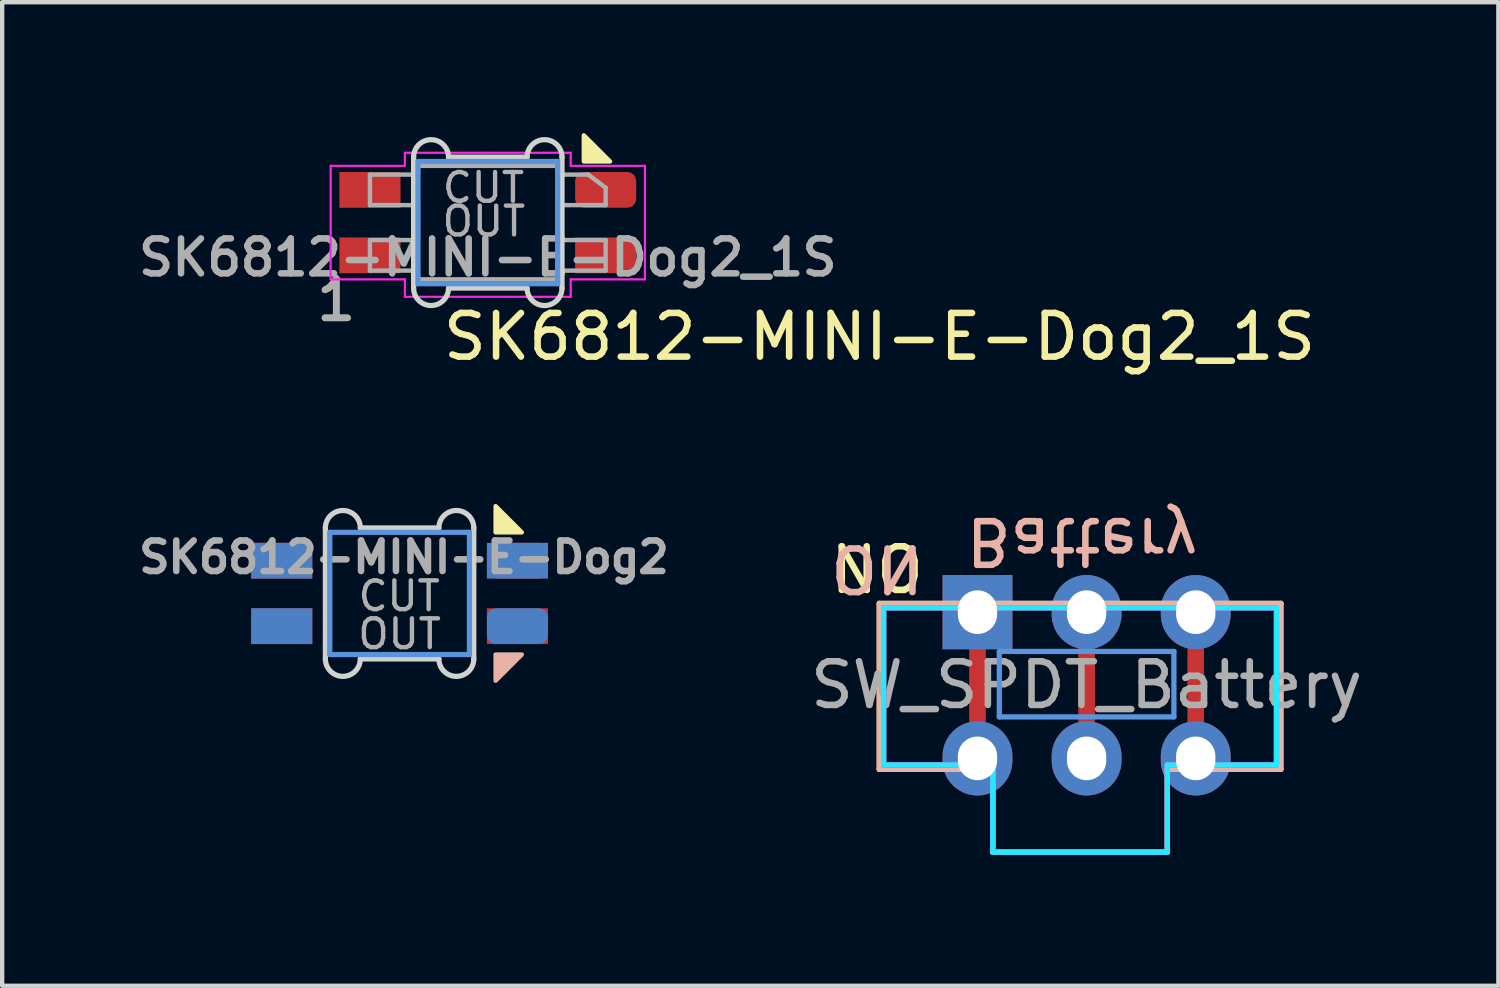
<source format=kicad_pcb>
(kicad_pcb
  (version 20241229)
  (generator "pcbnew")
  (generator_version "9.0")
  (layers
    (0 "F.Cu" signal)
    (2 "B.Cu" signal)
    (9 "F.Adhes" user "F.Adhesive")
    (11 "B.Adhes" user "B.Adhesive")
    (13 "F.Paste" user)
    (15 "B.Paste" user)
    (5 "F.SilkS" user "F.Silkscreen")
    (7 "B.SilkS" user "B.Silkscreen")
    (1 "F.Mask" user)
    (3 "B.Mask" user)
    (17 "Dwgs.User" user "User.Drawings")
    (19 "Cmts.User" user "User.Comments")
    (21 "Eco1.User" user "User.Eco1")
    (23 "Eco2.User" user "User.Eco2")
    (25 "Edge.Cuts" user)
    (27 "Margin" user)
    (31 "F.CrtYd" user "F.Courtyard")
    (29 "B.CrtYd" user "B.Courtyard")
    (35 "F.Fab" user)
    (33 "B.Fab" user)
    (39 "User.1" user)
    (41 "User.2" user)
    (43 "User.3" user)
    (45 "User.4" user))
  (footprint "SK6812-MINI-E-Dog2"
    (layer "F.Cu")
    (at 6.105 10.546)
    (property "Reference" "SK6812-MINI-E-Dog2" (at 0.1 -0.83 0) (unlocked yes) (layer "F.Fab") (effects (font (size 0.7 0.7) (thickness 0.15))))
    (attr through_hole)
    (fp_poly (pts (xy 2.8 -1.4) (xy 2.2 -1.4) (xy 2.2 -2)) (stroke (width 0.1) (type solid)) (fill yes) (layer "F.SilkS"))
    (fp_poly (pts (xy 2.2 2) (xy 2.2 1.4) (xy 2.8 1.4)) (stroke (width 0.1) (type solid)) (fill yes) (layer "B.SilkS"))
    (fp_line (start -1.696 1.496) (end -1.696 -0.85) (stroke (width 0.12) (type solid)) (layer "B.Adhes"))
    (fp_line (start -1.196 -1.35) (end 1.196 -1.35) (stroke (width 0.12) (type solid)) (layer "B.Adhes"))
    (fp_line (start 1.196 1.996) (end -1.196 1.996) (stroke (width 0.12) (type solid)) (layer "B.Adhes"))
    (fp_line (start 1.696 -0.85) (end 1.696 1.496) (stroke (width 0.12) (type solid)) (layer "B.Adhes"))
    (fp_arc (start -1.696447 -0.85) (mid -1.55 -1.203553) (end -1.196447 -1.35) (stroke (width 0.12) (type solid)) (layer "B.Adhes"))
    (fp_arc (start -1.196447 1.996447) (mid -1.55 1.85) (end -1.696447 1.496447) (stroke (width 0.12) (type solid)) (layer "B.Adhes"))
    (fp_arc (start 1.196446 -1.35) (mid 1.550001 -1.203555) (end 1.696446 -0.85) (stroke (width 0.12) (type solid)) (layer "B.Adhes"))
    (fp_arc (start 1.696447 1.496447) (mid 1.55 1.85) (end 1.196447 1.996447) (stroke (width 0.12) (type solid)) (layer "B.Adhes"))
    (fp_line (start -1.6 -1.4) (end 1.6 -1.4) (stroke (width 0.12) (type solid)) (layer "Cmts.User"))
    (fp_line (start -1.6 1.4) (end -1.6 -1.4) (stroke (width 0.12) (type solid)) (layer "Cmts.User"))
    (fp_line (start 1.6 -1.4) (end 1.6 1.4) (stroke (width 0.12) (type solid)) (layer "Cmts.User"))
    (fp_line (start 1.6 1.4) (end -1.6 1.4) (stroke (width 0.12) (type solid)) (layer "Cmts.User"))
    (fp_line (start -1.7 1.5) (end -1.7 -1.5) (stroke (width 0.12) (type solid)) (layer "Edge.Cuts"))
    (fp_line (start -0.9 -1.5) (end 0.9 -1.5) (stroke (width 0.12) (type solid)) (layer "Edge.Cuts"))
    (fp_line (start 0.9 1.5) (end -0.9 1.5) (stroke (width 0.12) (type solid)) (layer "Edge.Cuts"))
    (fp_line (start 1.7 -1.5) (end 1.7 1.5) (stroke (width 0.12) (type solid)) (layer "Edge.Cuts"))
    (fp_arc (start -1.7 -1.5) (mid -1.3 -1.9) (end -0.9 -1.5) (stroke (width 0.12) (type solid)) (layer "Edge.Cuts"))
    (fp_arc (start -0.9 1.5) (mid -1.3 1.9) (end -1.7 1.5) (stroke (width 0.12) (type solid)) (layer "Edge.Cuts"))
    (fp_arc (start 0.9 -1.5) (mid 1.3 -1.9) (end 1.7 -1.5) (stroke (width 0.12) (type solid)) (layer "Edge.Cuts"))
    (fp_arc (start 1.7 1.5) (mid 1.3 1.9) (end 0.9 1.5) (stroke (width 0.12) (type solid)) (layer "Edge.Cuts"))
    (fp_text user "OUT" (at 0 0.93 0) (layer "F.Fab") (effects (font (size 0.66 0.66) (thickness 0.1))))
    (fp_text user "CUT" (at -0.01 0.06 0) (layer "F.Fab") (effects (font (size 0.66 0.66) (thickness 0.1))))
    (pad "1" smd rect (at -2.7 -0.75) (size 1.4 0.82) (layers "B.Cu" "B.Mask" "B.Paste"))
    (pad "1" smd rect (at -2.7 0.75) (size 1.4 0.82) (layers "F.Cu" "F.Mask" "F.Paste"))
    (pad "2" smd rect (at -2.7 -0.75) (size 1.4 0.82) (layers "F.Cu" "F.Mask" "F.Paste"))
    (pad "2" smd rect (at -2.7 0.75) (size 1.4 0.82) (layers "B.Cu" "B.Mask" "B.Paste"))
    (pad "3" smd roundrect (at 2.7 -0.75) (size 1.4 0.82) (layers "F.Cu" "F.Mask" "F.Paste") (roundrect_rratio 0.25))
    (pad "3" smd roundrect (at 2.7 0.75) (size 1.4 0.82) (layers "B.Cu" "B.Mask" "B.Paste") (roundrect_rratio 0.25))
    (pad "4" smd rect (at 2.7 -0.75) (size 1.4 0.82) (layers "B.Cu" "B.Mask" "B.Paste"))
    (pad "4" smd rect (at 2.7 0.75) (size 1.4 0.82) (layers "F.Cu" "F.Mask" "F.Paste")))
  (footprint "SK6812-MINI-E-Dog2_1S"
    (layer "F.Cu")
    (at 8.126 2.05)
    (property "Reference" "SK6812-MINI-E-Dog2_1S" (at 0 0.8 0) (unlocked yes) (layer "F.Fab") (effects (font (size 0.8 0.8) (thickness 0.15))))
    (attr through_hole)
    (private_layers "User.9")
    (fp_poly (pts (xy 2.8 -1.4) (xy 2.2 -1.4) (xy 2.2 -2)) (stroke (width 0.1) (type solid)) (fill yes) (layer "F.SilkS"))
    (fp_line (start -1.696 1.176) (end -1.696 -1.17) (stroke (width 0.12) (type solid)) (layer "B.Adhes"))
    (fp_line (start -1.196 -1.67) (end 1.196 -1.67) (stroke (width 0.12) (type solid)) (layer "B.Adhes"))
    (fp_line (start 1.196 1.676) (end -1.196 1.676) (stroke (width 0.12) (type solid)) (layer "B.Adhes"))
    (fp_line (start 1.696 -1.17) (end 1.696 1.176) (stroke (width 0.12) (type solid)) (layer "B.Adhes"))
    (fp_arc (start -1.696447 -1.170447) (mid -1.55 -1.524) (end -1.196447 -1.670447) (stroke (width 0.12) (type solid)) (layer "B.Adhes"))
    (fp_arc (start -1.196447 1.676) (mid -1.55 1.529553) (end -1.696447 1.176) (stroke (width 0.12) (type solid)) (layer "B.Adhes"))
    (fp_arc (start 1.196446 -1.670447) (mid 1.549995 -1.523996) (end 1.696446 -1.170447) (stroke (width 0.12) (type solid)) (layer "B.Adhes"))
    (fp_arc (start 1.696447 1.176) (mid 1.550002 1.529555) (end 1.196447 1.676) (stroke (width 0.12) (type solid)) (layer "B.Adhes"))
    (fp_line (start -1.6 -1.4) (end 1.6 -1.4) (stroke (width 0.12) (type solid)) (layer "Cmts.User"))
    (fp_line (start -1.6 1.4) (end -1.6 -1.4) (stroke (width 0.12) (type solid)) (layer "Cmts.User"))
    (fp_line (start 1.6 -1.4) (end 1.6 1.4) (stroke (width 0.12) (type solid)) (layer "Cmts.User"))
    (fp_line (start 1.6 1.4) (end -1.6 1.4) (stroke (width 0.12) (type solid)) (layer "Cmts.User"))
    (fp_line (start -1.7 1.5) (end -1.7 -1.5) (stroke (width 0.12) (type solid)) (layer "Edge.Cuts"))
    (fp_line (start -0.9 -1.5) (end 0.9 -1.5) (stroke (width 0.12) (type solid)) (layer "Edge.Cuts"))
    (fp_line (start 0.9 1.5) (end -0.9 1.5) (stroke (width 0.12) (type solid)) (layer "Edge.Cuts"))
    (fp_line (start 1.7 -1.5) (end 1.7 1.5) (stroke (width 0.12) (type solid)) (layer "Edge.Cuts"))
    (fp_arc (start -1.7 -1.5) (mid -1.3 -1.9) (end -0.9 -1.5) (stroke (width 0.12) (type solid)) (layer "Edge.Cuts"))
    (fp_arc (start -0.9 1.5) (mid -1.3 1.9) (end -1.7 1.5) (stroke (width 0.12) (type solid)) (layer "Edge.Cuts"))
    (fp_arc (start 0.9 -1.5) (mid 1.3 -1.9) (end 1.7 -1.5) (stroke (width 0.12) (type solid)) (layer "Edge.Cuts"))
    (fp_arc (start 1.7 1.5) (mid 1.3 1.9) (end 0.9 1.5) (stroke (width 0.12) (type solid)) (layer "Edge.Cuts"))
    (fp_line (start -3.6 -1.3) (end -1.9 -1.3) (stroke (width 0.05) (type default)) (layer "F.CrtYd"))
    (fp_line (start -3.6 1.3) (end -3.6 -1.3) (stroke (width 0.05) (type default)) (layer "F.CrtYd"))
    (fp_line (start -3 1.3) (end -3.6 1.3) (stroke (width 0.05) (type default)) (layer "F.CrtYd"))
    (fp_line (start -1.9 -1.6) (end 0 -1.6) (stroke (width 0.05) (type default)) (layer "F.CrtYd"))
    (fp_line (start -1.9 -1.3) (end -1.9 -1.6) (stroke (width 0.05) (type default)) (layer "F.CrtYd"))
    (fp_line (start -1.9 1.3) (end -3 1.3) (stroke (width 0.05) (type default)) (layer "F.CrtYd"))
    (fp_line (start -1.9 1.7) (end -1.9 1.3) (stroke (width 0.05) (type default)) (layer "F.CrtYd"))
    (fp_line (start 0 -1.6) (end 1.9 -1.6) (stroke (width 0.05) (type default)) (layer "F.CrtYd"))
    (fp_line (start 1.9 -1.6) (end 1.9 -1.3) (stroke (width 0.05) (type default)) (layer "F.CrtYd"))
    (fp_line (start 1.9 -1.3) (end 3.6 -1.3) (stroke (width 0.05) (type default)) (layer "F.CrtYd"))
    (fp_line (start 1.9 1.3) (end 1.9 1.7) (stroke (width 0.05) (type default)) (layer "F.CrtYd"))
    (fp_line (start 1.9 1.7) (end -1.9 1.7) (stroke (width 0.05) (type default)) (layer "F.CrtYd"))
    (fp_line (start 3.6 -1.3) (end 3.6 1.3) (stroke (width 0.05) (type default)) (layer "F.CrtYd"))
    (fp_line (start 3.6 1.3) (end 1.9 1.3) (stroke (width 0.05) (type default)) (layer "F.CrtYd"))
    (fp_line (start -2.7 -1.1) (end -2.7 -0.4) (stroke (width 0.1) (type default)) (layer "F.Fab"))
    (fp_line (start -2.7 -0.4) (end -1.6 -0.4) (stroke (width 0.1) (type default)) (layer "F.Fab"))
    (fp_line (start -2.7 0.4) (end -2.7 1.1) (stroke (width 0.1) (type default)) (layer "F.Fab"))
    (fp_line (start -2.7 1.1) (end -1.6 1.1) (stroke (width 0.1) (type default)) (layer "F.Fab"))
    (fp_line (start -1.6 -1.3) (end -1.6 -1.1) (stroke (width 0.1) (type default)) (layer "F.Fab"))
    (fp_line (start -1.6 -1.1) (end -2.7 -1.1) (stroke (width 0.1) (type default)) (layer "F.Fab"))
    (fp_line (start -1.6 -0.4) (end -1.6 0.4) (stroke (width 0.1) (type default)) (layer "F.Fab"))
    (fp_line (start -1.6 0.4) (end -2.7 0.4) (stroke (width 0.1) (type default)) (layer "F.Fab"))
    (fp_line (start -1.6 1.1) (end -1.6 1.3) (stroke (width 0.1) (type default)) (layer "F.Fab"))
    (fp_line (start -1.6 1.3) (end 1.6 1.3) (stroke (width 0.1) (type default)) (layer "F.Fab"))
    (fp_line (start 1.6 -1.3) (end -1.6 -1.3) (stroke (width 0.1) (type default)) (layer "F.Fab"))
    (fp_line (start 1.6 -1.1) (end 1.6 -1.3) (stroke (width 0.1) (type default)) (layer "F.Fab"))
    (fp_line (start 1.6 -0.4) (end 2.7 -0.4) (stroke (width 0.1) (type default)) (layer "F.Fab"))
    (fp_line (start 1.6 0.4) (end 1.6 -0.4) (stroke (width 0.1) (type default)) (layer "F.Fab"))
    (fp_line (start 1.6 1.1) (end 2.7 1.1) (stroke (width 0.1) (type default)) (layer "F.Fab"))
    (fp_line (start 1.6 1.3) (end 1.6 1.1) (stroke (width 0.1) (type default)) (layer "F.Fab"))
    (fp_line (start 2.3 -1.1) (end 1.6 -1.1) (stroke (width 0.1) (type default)) (layer "F.Fab"))
    (fp_line (start 2.7 -0.8) (end 2.3 -1.1) (stroke (width 0.1) (type default)) (layer "F.Fab"))
    (fp_line (start 2.7 -0.4) (end 2.7 -0.8) (stroke (width 0.1) (type default)) (layer "F.Fab"))
    (fp_line (start 2.7 0.4) (end 1.6 0.4) (stroke (width 0.1) (type default)) (layer "F.Fab"))
    (fp_line (start 2.7 1.1) (end 2.7 0.4) (stroke (width 0.1) (type default)) (layer "F.Fab"))
    (fp_text user "1" (at -4 2.3 0) (unlocked yes) (layer "F.SilkS") (effects (font (size 0.9 0.9) (thickness 0.15)) (justify left bottom)))
    (fp_text user "${REFERENCE}" (at -1.1 3.2 0) (unlocked yes) (layer "F.SilkS") (effects (font (size 1 1) (thickness 0.15)) (justify left bottom)))
    (fp_text user "OUT" (at -0.09 -0.03 0) (layer "F.Fab") (effects (font (size 0.66 0.66) (thickness 0.1))))
    (fp_text user "CUT" (at -0.1 -0.8 0) (layer "F.Fab") (effects (font (size 0.66 0.66) (thickness 0.1))))
    (fp_text user "1" (at -4 2.3 0) (unlocked yes) (layer "F.Fab") (effects (font (size 0.9 0.9) (thickness 0.15)) (justify left bottom)))
    (fp_text_box "One sided" (start -4.572 4.064) (end 4.826 6.35) (margins 0.8 0.8 0.8 0.8) (layer "User.9") (effects (font (size 1 1) (thickness 0.15)) (justify left top)) (border yes) (stroke (width 0.1) (type solid)))
    (pad "1" smd rect (at -2.7 0.75) (size 1.4 0.82) (layers "F.Cu" "F.Mask" "F.Paste"))
    (pad "2" smd rect (at -2.7 -0.75) (size 1.4 0.82) (layers "F.Cu" "F.Mask" "F.Paste"))
    (pad "3" smd roundrect (at 2.7 -0.75) (size 1.4 0.82) (layers "F.Cu" "F.Mask" "F.Paste") (roundrect_rratio 0.25))
    (pad "4" smd rect (at 2.7 0.75) (size 1.4 0.82) (layers "F.Cu" "F.Mask" "F.Paste")))
  (footprint "SW_SPDT_Battery"
    (layer "F.Cu")
    (at 21.845 12.645)
    (property "Reference" "SW_SPDT_Battery" (at 0 0 0) (layer "F.Fab") (effects (font (size 1 1) (thickness 0.15))))
    (attr through_hole)
    (private_layers "User.9")
    (fp_line (start -4.75 -1.87) (end 4.45 -1.87) (stroke (width 0.12) (type solid)) (layer "F.SilkS"))
    (fp_line (start -4.75 1.93) (end -4.75 -1.87) (stroke (width 0.12) (type solid)) (layer "F.SilkS"))
    (fp_line (start -2.15 1.93) (end -4.75 1.93) (stroke (width 0.12) (type solid)) (layer "F.SilkS"))
    (fp_line (start -2.15 3.83) (end -2.15 1.93) (stroke (width 0.12) (type solid)) (layer "F.SilkS"))
    (fp_line (start 1.85 1.93) (end 1.85 3.83) (stroke (width 0.12) (type solid)) (layer "F.SilkS"))
    (fp_line (start 1.85 3.83) (end -2.15 3.83) (stroke (width 0.12) (type solid)) (layer "F.SilkS"))
    (fp_line (start 4.45 -1.87) (end 4.45 1.93) (stroke (width 0.12) (type solid)) (layer "F.SilkS"))
    (fp_line (start 4.45 1.93) (end 1.85 1.93) (stroke (width 0.12) (type solid)) (layer "F.SilkS"))
    (fp_line (start -4.75 -1.87) (end -4.75 1.93) (stroke (width 0.12) (type solid)) (layer "B.SilkS"))
    (fp_line (start -4.75 1.93) (end -2.15 1.93) (stroke (width 0.12) (type solid)) (layer "B.SilkS"))
    (fp_line (start -2.15 1.93) (end -2.15 3.83) (stroke (width 0.12) (type solid)) (layer "B.SilkS"))
    (fp_line (start -2.15 3.83) (end 1.85 3.83) (stroke (width 0.12) (type solid)) (layer "B.SilkS"))
    (fp_line (start 1.85 1.93) (end 4.45 1.93) (stroke (width 0.12) (type solid)) (layer "B.SilkS"))
    (fp_line (start 1.85 3.83) (end 1.85 1.93) (stroke (width 0.12) (type solid)) (layer "B.SilkS"))
    (fp_line (start 4.45 -1.87) (end -4.75 -1.87) (stroke (width 0.12) (type solid)) (layer "B.SilkS"))
    (fp_line (start 4.45 1.93) (end 4.45 -1.87) (stroke (width 0.12) (type solid)) (layer "B.SilkS"))
    (fp_line (start -3.496 -1.124) (end -3.496 -2.216) (stroke (width 0.12) (type solid)) (layer "B.Adhes"))
    (fp_line (start -2.996 -2.716) (end -2.004 -2.716) (stroke (width 0.12) (type solid)) (layer "B.Adhes"))
    (fp_line (start -2.004 -0.624) (end -2.996 -0.624) (stroke (width 0.12) (type solid)) (layer "B.Adhes"))
    (fp_line (start -1.504 -2.216) (end -1.504 -1.124) (stroke (width 0.12) (type solid)) (layer "B.Adhes"))
    (fp_arc (start -3.496447 -2.216447) (mid -3.35 -2.57) (end -2.996447 -2.716447) (stroke (width 0.12) (type solid)) (layer "B.Adhes"))
    (fp_arc (start -2.996447 -0.623553) (mid -3.35 -0.77) (end -3.496447 -1.123553) (stroke (width 0.12) (type solid)) (layer "B.Adhes"))
    (fp_arc (start -2.003554 -2.716446) (mid -1.649999 -2.570001) (end -1.503554 -2.216446) (stroke (width 0.12) (type solid)) (layer "B.Adhes"))
    (fp_arc (start -1.503553 -1.123553) (mid -1.65 -0.77) (end -2.003553 -0.623553) (stroke (width 0.12) (type solid)) (layer "B.Adhes"))
    (fp_line (start -2 -0.77) (end -2 0.73) (stroke (width 0.12) (type solid)) (layer "Cmts.User"))
    (fp_line (start -2 0.73) (end 2 0.73) (stroke (width 0.12) (type solid)) (layer "Cmts.User"))
    (fp_line (start 2 -0.77) (end -2 -0.77) (stroke (width 0.12) (type solid)) (layer "Cmts.User"))
    (fp_line (start 2 0.73) (end 2 -0.77) (stroke (width 0.12) (type solid)) (layer "Cmts.User"))
    (fp_line (start -4.65 -1.77) (end -4.65 1.83) (stroke (width 0.12) (type solid)) (layer "B.CrtYd"))
    (fp_line (start -4.65 1.83) (end -2.15 1.83) (stroke (width 0.12) (type solid)) (layer "B.CrtYd"))
    (fp_line (start -2.15 1.83) (end -2.15 3.83) (stroke (width 0.12) (type solid)) (layer "B.CrtYd"))
    (fp_line (start -2.15 3.83) (end 1.85 3.83) (stroke (width 0.12) (type solid)) (layer "B.CrtYd"))
    (fp_line (start 1.85 1.83) (end 4.35 1.83) (stroke (width 0.12) (type solid)) (layer "B.CrtYd"))
    (fp_line (start 1.85 3.83) (end 1.85 1.83) (stroke (width 0.12) (type solid)) (layer "B.CrtYd"))
    (fp_line (start 4.35 -1.77) (end -4.65 -1.77) (stroke (width 0.12) (type solid)) (layer "B.CrtYd"))
    (fp_line (start 4.35 1.83) (end 4.35 -1.77) (stroke (width 0.12) (type solid)) (layer "B.CrtYd"))
    (fp_line (start -4.65 -1.77) (end 4.35 -1.77) (stroke (width 0.12) (type solid)) (layer "F.CrtYd"))
    (fp_line (start -4.65 1.83) (end -4.65 -1.77) (stroke (width 0.12) (type solid)) (layer "F.CrtYd"))
    (fp_line (start -2.15 1.83) (end -4.65 1.83) (stroke (width 0.12) (type solid)) (layer "F.CrtYd"))
    (fp_line (start -2.15 3.83) (end -2.15 1.83) (stroke (width 0.12) (type solid)) (layer "F.CrtYd"))
    (fp_line (start 1.85 1.83) (end 1.85 3.83) (stroke (width 0.12) (type solid)) (layer "F.CrtYd"))
    (fp_line (start 1.85 3.83) (end -2.15 3.83) (stroke (width 0.12) (type solid)) (layer "F.CrtYd"))
    (fp_line (start 4.35 -1.77) (end 4.35 1.83) (stroke (width 0.12) (type solid)) (layer "F.CrtYd"))
    (fp_line (start 4.35 1.83) (end 1.85 1.83) (stroke (width 0.12) (type solid)) (layer "F.CrtYd"))
    (fp_line (start -4.65 -1.77) (end 4.35 -1.77) (stroke (width 0.12) (type solid)) (layer "F.Fab"))
    (fp_line (start -4.65 1.83) (end -4.65 -1.77) (stroke (width 0.12) (type solid)) (layer "F.Fab"))
    (fp_line (start -2.15 1.83) (end -4.65 1.83) (stroke (width 0.12) (type solid)) (layer "F.Fab"))
    (fp_line (start -2.15 3.83) (end -2.15 1.83) (stroke (width 0.12) (type solid)) (layer "F.Fab"))
    (fp_line (start 1.85 1.83) (end 1.85 3.83) (stroke (width 0.12) (type solid)) (layer "F.Fab"))
    (fp_line (start 1.85 3.83) (end -2.15 3.83) (stroke (width 0.12) (type solid)) (layer "F.Fab"))
    (fp_line (start 4.35 -1.77) (end 4.35 1.83) (stroke (width 0.12) (type solid)) (layer "F.Fab"))
    (fp_line (start 4.35 1.83) (end 1.85 1.83) (stroke (width 0.12) (type solid)) (layer "F.Fab"))
    (fp_text user "ON" (at -4.8 -2.725 180) (unlocked yes) (layer "F.SilkS") (effects (font (size 1 1) (thickness 0.15))))
    (fp_text user "ON" (at -4.8 -2.675 180) (unlocked yes) (layer "B.SilkS") (effects (font (size 1 1) (thickness 0.15)) (justify mirror)))
    (fp_text user "Battery" (at -0.1 -3.3 180) (unlocked yes) (layer "B.SilkS") (effects (font (size 1 1) (thickness 0.15)) (justify mirror)))
    (pad "" smd rect (at -2.5 -1.67) (size 1.7 1.8) (layers "B.Adhes"))
    (pad "" smd oval (at -2.5 1.68) (size 1.7 1.8) (layers "B.Adhes"))
    (pad "" smd oval (at 0 -1.67) (size 1.7 1.8) (layers "B.Adhes"))
    (pad "" smd oval (at 0 1.68) (size 1.7 1.8) (layers "B.Adhes"))
    (pad "" smd oval (at 2.5 -1.67) (size 1.7 1.8) (layers "B.Adhes"))
    (pad "" smd oval (at 2.5 1.68) (size 1.7 1.8) (layers "B.Adhes"))
    (pad "1" thru_hole rect (at -2.5 -1.67) (size 1.6 1.7) (drill oval 0.9 1) (layers "*.Cu" "*.Mask"))
    (pad "1" connect custom (at -2.5 1.68) (size 1 1) (layers "F.Cu") (options (anchor circle)) (primitives (gr_line (start 0 -3.35) (end 0 0) (width 0.381))))
    (pad "1" thru_hole oval (at -2.5 1.68) (size 1.6 1.7) (drill oval 0.9 1) (layers "*.Cu" "*.Mask"))
    (pad "2" thru_hole oval (at 0 -1.67) (size 1.6 1.7) (drill oval 0.9 1) (layers "*.Cu" "*.Mask"))
    (pad "2" connect custom (at 0 1.68) (size 1 1) (layers "F.Cu") (options (anchor circle)) (primitives (gr_line (start 0 -3.35) (end 0 0) (width 0.381))))
    (pad "2" thru_hole oval (at 0 1.68) (size 1.6 1.7) (drill oval 0.9 1) (layers "*.Cu" "*.Mask"))
    (pad "3" thru_hole oval (at 2.5 -1.67) (size 1.6 1.7) (drill oval 0.9 1) (layers "*.Cu" "*.Mask"))
    (pad "3" connect custom (at 2.5 1.68) (size 1 1) (layers "F.Cu") (options (anchor circle)) (primitives (gr_line (start 0 -3.35) (end 0 0) (width 0.381))))
    (pad "3" thru_hole oval (at 2.5 1.68) (size 1.6 1.7) (drill oval 0.9 1) (layers "*.Cu" "*.Mask")))
  (gr_rect
    (start -3 -3)
    (end 31.279 19.535)
    (stroke (width 0.1) (type default))
    (fill no)
    (layer "Edge.Cuts")))
</source>
